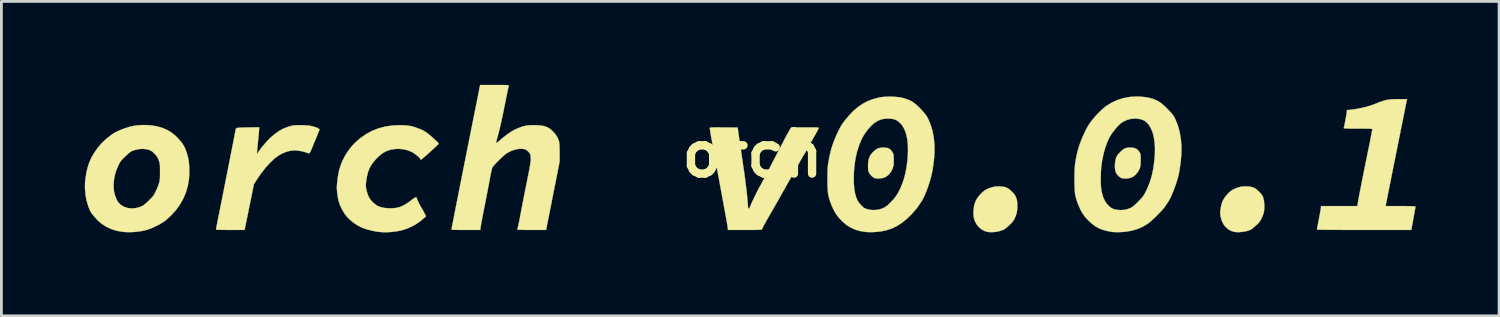
<source format=kicad_pcb>
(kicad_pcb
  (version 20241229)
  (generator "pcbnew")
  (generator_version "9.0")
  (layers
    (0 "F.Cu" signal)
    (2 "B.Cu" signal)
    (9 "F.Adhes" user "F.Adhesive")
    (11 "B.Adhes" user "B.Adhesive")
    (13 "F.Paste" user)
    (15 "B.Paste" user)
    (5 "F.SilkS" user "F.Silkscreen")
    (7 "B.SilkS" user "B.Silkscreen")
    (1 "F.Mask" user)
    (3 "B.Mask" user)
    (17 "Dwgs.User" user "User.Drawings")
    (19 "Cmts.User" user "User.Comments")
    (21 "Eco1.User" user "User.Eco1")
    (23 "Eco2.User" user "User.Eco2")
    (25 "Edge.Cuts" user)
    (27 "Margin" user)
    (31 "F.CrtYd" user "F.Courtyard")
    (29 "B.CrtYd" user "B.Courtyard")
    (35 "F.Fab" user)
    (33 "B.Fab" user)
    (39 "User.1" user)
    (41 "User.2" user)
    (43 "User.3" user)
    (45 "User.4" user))
  (footprint "orch"
    (layer "F.Cu")
    (at 24.003 2.501)
    (property "Reference" "orch" (at 0 0 0) (layer "F.SilkS") (effects (font (size 1.524 1.524) (thickness 0.3))))
    (attr through_hole)
    (fp_poly (pts (xy 4.78 -0.243) (xy 4.863 -0.227) (xy 4.93 -0.195) (xy 4.987 -0.142) (xy 5.032 -0.076) (xy 5.05 -0.044) (xy 5.061 -0.012) (xy 5.069 0.026) (xy 5.074 0.077) (xy 5.077 0.15) (xy 5.077 0.16) (xy 5.078 0.24) (xy 5.076 0.315) (xy 5.072 0.377) (xy 5.067 0.405) (xy 5.031 0.519) (xy 4.977 0.624) (xy 4.907 0.715) (xy 4.825 0.786) (xy 4.762 0.823) (xy 4.685 0.848) (xy 4.593 0.863) (xy 4.497 0.867) (xy 4.412 0.858) (xy 4.408 0.858) (xy 4.358 0.836) (xy 4.303 0.796) (xy 4.249 0.743) (xy 4.204 0.685) (xy 4.174 0.629) (xy 4.173 0.626) (xy 4.16 0.567) (xy 4.153 0.488) (xy 4.152 0.399) (xy 4.156 0.309) (xy 4.166 0.225) (xy 4.174 0.189) (xy 4.202 0.098) (xy 4.242 0.02) (xy 4.3 -0.053) (xy 4.352 -0.104) (xy 4.42 -0.163) (xy 4.481 -0.202) (xy 4.543 -0.227) (xy 4.617 -0.24) (xy 4.676 -0.244) (xy 4.78 -0.243)) (stroke (width 0.01) (type solid)) (fill yes) (layer "F.SilkS"))
    (fp_poly (pts (xy 13.69 -0.238) (xy 13.774 -0.213) (xy 13.84 -0.169) (xy 13.867 -0.14) (xy 13.899 -0.098) (xy 13.923 -0.063) (xy 13.938 -0.028) (xy 13.948 0.014) (xy 13.953 0.067) (xy 13.954 0.139) (xy 13.954 0.203) (xy 13.952 0.312) (xy 13.945 0.4) (xy 13.93 0.472) (xy 13.906 0.537) (xy 13.871 0.6) (xy 13.822 0.67) (xy 13.82 0.672) (xy 13.74 0.759) (xy 13.649 0.819) (xy 13.545 0.854) (xy 13.447 0.866) (xy 13.386 0.866) (xy 13.329 0.864) (xy 13.29 0.859) (xy 13.286 0.858) (xy 13.217 0.827) (xy 13.151 0.774) (xy 13.094 0.705) (xy 13.057 0.635) (xy 13.037 0.563) (xy 13.027 0.473) (xy 13.027 0.371) (xy 13.034 0.298) (xy 13.048 0.203) (xy 13.067 0.129) (xy 13.094 0.066) (xy 13.134 0.007) (xy 13.19 -0.056) (xy 13.215 -0.082) (xy 13.288 -0.15) (xy 13.353 -0.197) (xy 13.418 -0.227) (xy 13.491 -0.242) (xy 13.58 -0.247) (xy 13.585 -0.247) (xy 13.69 -0.238)) (stroke (width 0.01) (type solid)) (fill yes) (layer "F.SilkS"))
    (fp_poly (pts (xy 8.897 1.151) (xy 9.005 1.16) (xy 9.093 1.18) (xy 9.17 1.213) (xy 9.244 1.263) (xy 9.321 1.332) (xy 9.395 1.412) (xy 9.45 1.494) (xy 9.488 1.583) (xy 9.511 1.683) (xy 9.52 1.801) (xy 9.518 1.929) (xy 9.509 2.032) (xy 9.491 2.123) (xy 9.461 2.214) (xy 9.417 2.313) (xy 9.401 2.346) (xy 9.369 2.395) (xy 9.319 2.455) (xy 9.257 2.519) (xy 9.189 2.583) (xy 9.122 2.64) (xy 9.061 2.685) (xy 9.021 2.708) (xy 8.905 2.75) (xy 8.774 2.78) (xy 8.639 2.794) (xy 8.511 2.793) (xy 8.462 2.787) (xy 8.343 2.754) (xy 8.233 2.695) (xy 8.137 2.615) (xy 8.056 2.515) (xy 7.994 2.399) (xy 7.953 2.269) (xy 7.953 2.265) (xy 7.944 2.197) (xy 7.942 2.11) (xy 7.945 2.015) (xy 7.954 1.921) (xy 7.967 1.838) (xy 7.975 1.808) (xy 8.011 1.699) (xy 8.059 1.604) (xy 8.123 1.512) (xy 8.204 1.422) (xy 8.265 1.361) (xy 8.316 1.316) (xy 8.365 1.282) (xy 8.421 1.252) (xy 8.44 1.242) (xy 8.572 1.19) (xy 8.699 1.159) (xy 8.833 1.149) (xy 8.897 1.151)) (stroke (width 0.01) (type solid)) (fill yes) (layer "F.SilkS"))
    (fp_poly (pts (xy 17.78 1.15) (xy 17.886 1.16) (xy 17.971 1.178) (xy 18.045 1.208) (xy 18.115 1.254) (xy 18.189 1.321) (xy 18.21 1.341) (xy 18.264 1.396) (xy 18.3 1.439) (xy 18.325 1.475) (xy 18.343 1.512) (xy 18.359 1.557) (xy 18.385 1.671) (xy 18.398 1.8) (xy 18.399 1.93) (xy 18.39 2.025) (xy 18.375 2.102) (xy 18.35 2.179) (xy 18.312 2.268) (xy 18.303 2.287) (xy 18.271 2.351) (xy 18.243 2.399) (xy 18.214 2.44) (xy 18.177 2.48) (xy 18.127 2.528) (xy 18.093 2.559) (xy 18.037 2.608) (xy 17.984 2.653) (xy 17.941 2.686) (xy 17.914 2.705) (xy 17.913 2.706) (xy 17.832 2.738) (xy 17.732 2.764) (xy 17.621 2.783) (xy 17.509 2.793) (xy 17.404 2.794) (xy 17.331 2.786) (xy 17.207 2.75) (xy 17.098 2.689) (xy 17.004 2.606) (xy 16.926 2.502) (xy 16.867 2.378) (xy 16.827 2.236) (xy 16.822 2.204) (xy 16.814 2.146) (xy 16.811 2.096) (xy 16.815 2.042) (xy 16.824 1.975) (xy 16.829 1.942) (xy 16.853 1.821) (xy 16.882 1.722) (xy 16.919 1.636) (xy 16.969 1.556) (xy 17.033 1.475) (xy 17.036 1.472) (xy 17.098 1.402) (xy 17.15 1.35) (xy 17.199 1.311) (xy 17.251 1.278) (xy 17.313 1.246) (xy 17.355 1.227) (xy 17.464 1.185) (xy 17.564 1.16) (xy 17.667 1.149) (xy 17.78 1.15)) (stroke (width 0.01) (type solid)) (fill yes) (layer "F.SilkS"))
    (fp_poly (pts (xy -16.139 -1.049) (xy -16.037 -1.044) (xy -15.952 -1.036) (xy -15.89 -1.026) (xy -15.787 -1.002) (xy -15.701 -0.976) (xy -15.634 -0.948) (xy -15.588 -0.92) (xy -15.566 -0.893) (xy -15.57 -0.868) (xy -15.571 -0.867) (xy -15.584 -0.845) (xy -15.602 -0.804) (xy -15.622 -0.754) (xy -15.641 -0.706) (xy -15.669 -0.638) (xy -15.7 -0.56) (xy -15.734 -0.481) (xy -15.74 -0.464) (xy -15.774 -0.385) (xy -15.806 -0.306) (xy -15.835 -0.236) (xy -15.857 -0.182) (xy -15.86 -0.174) (xy -15.882 -0.123) (xy -15.904 -0.079) (xy -15.921 -0.055) (xy -15.935 -0.042) (xy -15.952 -0.038) (xy -15.978 -0.044) (xy -16.023 -0.061) (xy -16.032 -0.065) (xy -16.117 -0.093) (xy -16.219 -0.117) (xy -16.327 -0.134) (xy -16.429 -0.144) (xy -16.472 -0.145) (xy -16.615 -0.131) (xy -16.763 -0.093) (xy -16.911 -0.033) (xy -17.053 0.048) (xy -17.183 0.147) (xy -17.186 0.149) (xy -17.349 0.304) (xy -17.504 0.474) (xy -17.654 0.665) (xy -17.803 0.879) (xy -17.821 0.908) (xy -17.924 1.068) (xy -18.076 1.815) (xy -18.106 1.961) (xy -18.134 2.1) (xy -18.161 2.23) (xy -18.185 2.347) (xy -18.206 2.449) (xy -18.223 2.532) (xy -18.236 2.594) (xy -18.243 2.632) (xy -18.245 2.638) (xy -18.261 2.714) (xy -18.775 2.714) (xy -18.894 2.714) (xy -19.004 2.713) (xy -19.1 2.712) (xy -19.18 2.71) (xy -19.24 2.708) (xy -19.278 2.706) (xy -19.289 2.704) (xy -19.287 2.689) (xy -19.279 2.647) (xy -19.266 2.581) (xy -19.248 2.492) (xy -19.227 2.383) (xy -19.202 2.256) (xy -19.173 2.113) (xy -19.142 1.955) (xy -19.108 1.785) (xy -19.072 1.606) (xy -19.036 1.423) (xy -18.987 1.177) (xy -18.939 0.935) (xy -18.893 0.701) (xy -18.848 0.475) (xy -18.806 0.259) (xy -18.766 0.056) (xy -18.729 -0.132) (xy -18.695 -0.304) (xy -18.665 -0.458) (xy -18.639 -0.592) (xy -18.618 -0.704) (xy -18.601 -0.792) (xy -18.59 -0.855) (xy -18.587 -0.873) (xy -18.575 -0.914) (xy -18.557 -0.943) (xy -18.555 -0.945) (xy -18.54 -0.951) (xy -18.509 -0.956) (xy -18.46 -0.961) (xy -18.391 -0.964) (xy -18.299 -0.967) (xy -18.181 -0.969) (xy -18.134 -0.97) (xy -17.736 -0.976) (xy -17.737 -0.927) (xy -17.738 -0.9) (xy -17.742 -0.849) (xy -17.748 -0.777) (xy -17.757 -0.688) (xy -17.766 -0.587) (xy -17.777 -0.478) (xy -17.78 -0.451) (xy -17.79 -0.343) (xy -17.8 -0.244) (xy -17.807 -0.159) (xy -17.813 -0.091) (xy -17.817 -0.044) (xy -17.818 -0.021) (xy -17.818 -0.019) (xy -17.809 -0.028) (xy -17.787 -0.056) (xy -17.758 -0.097) (xy -17.747 -0.113) (xy -17.685 -0.199) (xy -17.612 -0.292) (xy -17.533 -0.386) (xy -17.453 -0.476) (xy -17.378 -0.555) (xy -17.312 -0.617) (xy -17.301 -0.627) (xy -17.185 -0.723) (xy -17.082 -0.8) (xy -16.986 -0.863) (xy -16.892 -0.914) (xy -16.794 -0.957) (xy -16.686 -0.996) (xy -16.641 -1.01) (xy -16.59 -1.025) (xy -16.545 -1.036) (xy -16.501 -1.043) (xy -16.449 -1.047) (xy -16.385 -1.049) (xy -16.3 -1.05) (xy -16.263 -1.05) (xy -16.139 -1.049)) (stroke (width 0.01) (type solid)) (fill yes) (layer "F.SilkS"))
    (fp_poly (pts (xy 23.521 -1.949) (xy 23.517 -1.931) (xy 23.508 -1.887) (xy 23.494 -1.819) (xy 23.476 -1.729) (xy 23.454 -1.618) (xy 23.428 -1.49) (xy 23.399 -1.345) (xy 23.367 -1.186) (xy 23.332 -1.015) (xy 23.296 -0.834) (xy 23.258 -0.645) (xy 23.219 -0.449) (xy 23.179 -0.25) (xy 23.138 -0.049) (xy 23.098 0.153) (xy 23.058 0.352) (xy 23.019 0.547) (xy 22.981 0.737) (xy 22.945 0.918) (xy 22.911 1.089) (xy 22.879 1.248) (xy 22.85 1.393) (xy 22.824 1.522) (xy 22.802 1.633) (xy 22.784 1.723) (xy 22.771 1.792) (xy 22.762 1.836) (xy 22.758 1.854) (xy 22.758 1.854) (xy 22.772 1.855) (xy 22.812 1.856) (xy 22.875 1.856) (xy 22.957 1.857) (xy 23.055 1.857) (xy 23.166 1.858) (xy 23.287 1.858) (xy 23.295 1.858) (xy 23.441 1.858) (xy 23.559 1.859) (xy 23.653 1.86) (xy 23.724 1.862) (xy 23.776 1.864) (xy 23.81 1.867) (xy 23.828 1.871) (xy 23.833 1.876) (xy 23.83 1.894) (xy 23.823 1.938) (xy 23.812 2.002) (xy 23.798 2.083) (xy 23.781 2.178) (xy 23.762 2.283) (xy 23.758 2.304) (xy 23.682 2.714) (xy 21.987 2.714) (xy 21.716 2.714) (xy 21.474 2.714) (xy 21.258 2.714) (xy 21.068 2.713) (xy 20.901 2.712) (xy 20.758 2.711) (xy 20.636 2.71) (xy 20.535 2.709) (xy 20.453 2.708) (xy 20.39 2.706) (xy 20.343 2.704) (xy 20.312 2.702) (xy 20.295 2.699) (xy 20.291 2.697) (xy 20.294 2.678) (xy 20.301 2.635) (xy 20.313 2.572) (xy 20.328 2.494) (xy 20.345 2.404) (xy 20.355 2.352) (xy 20.375 2.253) (xy 20.392 2.158) (xy 20.408 2.073) (xy 20.42 2.003) (xy 20.428 1.954) (xy 20.43 1.941) (xy 20.439 1.858) (xy 21.741 1.858) (xy 21.749 1.811) (xy 21.76 1.745) (xy 21.776 1.654) (xy 21.797 1.541) (xy 21.822 1.409) (xy 21.851 1.262) (xy 21.882 1.102) (xy 21.915 0.933) (xy 21.95 0.757) (xy 21.985 0.579) (xy 22.021 0.402) (xy 22.056 0.228) (xy 22.091 0.06) (xy 22.123 -0.097) (xy 22.153 -0.241) (xy 22.154 -0.247) (xy 22.175 -0.345) (xy 22.196 -0.45) (xy 22.215 -0.553) (xy 22.231 -0.642) (xy 22.236 -0.668) (xy 22.249 -0.74) (xy 22.261 -0.803) (xy 22.272 -0.852) (xy 22.279 -0.879) (xy 22.279 -0.88) (xy 22.284 -0.901) (xy 22.272 -0.912) (xy 22.238 -0.92) (xy 22.211 -0.922) (xy 22.159 -0.924) (xy 22.085 -0.926) (xy 21.994 -0.927) (xy 21.89 -0.928) (xy 21.777 -0.929) (xy 21.715 -0.929) (xy 21.586 -0.929) (xy 21.483 -0.929) (xy 21.403 -0.93) (xy 21.344 -0.931) (xy 21.303 -0.934) (xy 21.276 -0.937) (xy 21.261 -0.941) (xy 21.255 -0.946) (xy 21.255 -0.953) (xy 21.255 -0.954) (xy 21.264 -0.983) (xy 21.275 -1.034) (xy 21.289 -1.102) (xy 21.305 -1.179) (xy 21.32 -1.261) (xy 21.335 -1.341) (xy 21.347 -1.413) (xy 21.356 -1.471) (xy 21.359 -1.498) (xy 21.369 -1.593) (xy 21.479 -1.603) (xy 21.648 -1.624) (xy 21.827 -1.656) (xy 22.009 -1.697) (xy 22.183 -1.746) (xy 22.341 -1.799) (xy 22.403 -1.824) (xy 22.519 -1.871) (xy 22.62 -1.908) (xy 22.712 -1.937) (xy 22.799 -1.958) (xy 22.89 -1.972) (xy 22.988 -1.982) (xy 23.102 -1.987) (xy 23.236 -1.988) (xy 23.291 -1.988) (xy 23.531 -1.988) (xy 23.521 -1.949)) (stroke (width 0.01) (type solid)) (fill yes) (layer "F.SilkS"))
    (fp_poly (pts (xy -21.704 -1.052) (xy -21.637 -1.046) (xy -21.423 -1.012) (xy -21.229 -0.959) (xy -21.053 -0.885) (xy -20.892 -0.789) (xy -20.744 -0.671) (xy -20.606 -0.527) (xy -20.606 -0.527) (xy -20.54 -0.447) (xy -20.487 -0.376) (xy -20.444 -0.308) (xy -20.407 -0.236) (xy -20.373 -0.154) (xy -20.339 -0.055) (xy -20.311 0.036) (xy -20.283 0.152) (xy -20.263 0.289) (xy -20.251 0.441) (xy -20.247 0.602) (xy -20.252 0.765) (xy -20.262 0.897) (xy -20.302 1.135) (xy -20.369 1.366) (xy -20.463 1.588) (xy -20.583 1.801) (xy -20.728 2.002) (xy -20.897 2.189) (xy -21.089 2.363) (xy -21.111 2.38) (xy -21.185 2.433) (xy -21.279 2.49) (xy -21.387 2.548) (xy -21.501 2.604) (xy -21.613 2.654) (xy -21.717 2.695) (xy -21.75 2.705) (xy -21.883 2.74) (xy -22.036 2.767) (xy -22.2 2.786) (xy -22.365 2.795) (xy -22.523 2.793) (xy -22.617 2.786) (xy -22.834 2.751) (xy -23.035 2.691) (xy -23.22 2.608) (xy -23.39 2.5) (xy -23.546 2.367) (xy -23.687 2.209) (xy -23.693 2.2) (xy -23.743 2.136) (xy -23.779 2.083) (xy -23.809 2.033) (xy -23.835 1.978) (xy -23.862 1.909) (xy -23.885 1.846) (xy -23.941 1.657) (xy -23.979 1.452) (xy -23.998 1.24) (xy -23.998 1.147) (xy -22.97 1.147) (xy -22.955 1.318) (xy -22.919 1.477) (xy -22.861 1.622) (xy -22.859 1.626) (xy -22.831 1.676) (xy -22.802 1.722) (xy -22.785 1.744) (xy -22.695 1.826) (xy -22.588 1.886) (xy -22.468 1.925) (xy -22.337 1.942) (xy -22.201 1.934) (xy -22.116 1.917) (xy -22.035 1.894) (xy -21.966 1.867) (xy -21.903 1.832) (xy -21.84 1.786) (xy -21.77 1.725) (xy -21.69 1.648) (xy -21.627 1.583) (xy -21.58 1.532) (xy -21.544 1.489) (xy -21.515 1.446) (xy -21.488 1.398) (xy -21.458 1.337) (xy -21.453 1.327) (xy -21.418 1.25) (xy -21.383 1.167) (xy -21.354 1.089) (xy -21.34 1.046) (xy -21.326 1.001) (xy -21.317 0.962) (xy -21.31 0.921) (xy -21.305 0.875) (xy -21.303 0.817) (xy -21.301 0.742) (xy -21.301 0.644) (xy -21.301 0.631) (xy -21.301 0.531) (xy -21.302 0.455) (xy -21.304 0.397) (xy -21.308 0.352) (xy -21.314 0.314) (xy -21.322 0.278) (xy -21.335 0.24) (xy -21.34 0.225) (xy -21.369 0.149) (xy -21.405 0.086) (xy -21.454 0.022) (xy -21.461 0.015) (xy -21.53 -0.059) (xy -21.592 -0.111) (xy -21.657 -0.148) (xy -21.731 -0.174) (xy -21.767 -0.182) (xy -21.909 -0.201) (xy -22.055 -0.192) (xy -22.208 -0.157) (xy -22.227 -0.151) (xy -22.28 -0.133) (xy -22.321 -0.116) (xy -22.358 -0.095) (xy -22.396 -0.067) (xy -22.442 -0.028) (xy -22.502 0.028) (xy -22.504 0.029) (xy -22.579 0.1) (xy -22.638 0.158) (xy -22.683 0.206) (xy -22.718 0.252) (xy -22.749 0.299) (xy -22.778 0.354) (xy -22.811 0.422) (xy -22.813 0.428) (xy -22.884 0.606) (xy -22.934 0.787) (xy -22.963 0.969) (xy -22.97 1.147) (xy -23.998 1.147) (xy -23.997 1.029) (xy -23.986 0.904) (xy -23.952 0.678) (xy -23.905 0.474) (xy -23.843 0.287) (xy -23.764 0.11) (xy -23.665 -0.06) (xy -23.544 -0.23) (xy -23.464 -0.329) (xy -23.391 -0.41) (xy -23.306 -0.493) (xy -23.203 -0.582) (xy -23.079 -0.681) (xy -23.052 -0.702) (xy -22.962 -0.762) (xy -22.849 -0.822) (xy -22.721 -0.88) (xy -22.583 -0.933) (xy -22.443 -0.979) (xy -22.307 -1.014) (xy -22.261 -1.023) (xy -22.134 -1.042) (xy -21.991 -1.053) (xy -21.844 -1.056) (xy -21.704 -1.052)) (stroke (width 0.01) (type solid)) (fill yes) (layer "F.SilkS"))
    (fp_poly (pts (xy -12.537 -1.048) (xy -12.403 -1.037) (xy -12.285 -1.019) (xy -12.178 -0.992) (xy -12.093 -0.963) (xy -12.03 -0.939) (xy -11.967 -0.915) (xy -11.923 -0.899) (xy -11.877 -0.879) (xy -11.818 -0.847) (xy -11.756 -0.81) (xy -11.739 -0.799) (xy -11.693 -0.766) (xy -11.636 -0.722) (xy -11.574 -0.67) (xy -11.509 -0.614) (xy -11.446 -0.558) (xy -11.388 -0.504) (xy -11.339 -0.457) (xy -11.303 -0.419) (xy -11.284 -0.394) (xy -11.282 -0.387) (xy -11.294 -0.37) (xy -11.325 -0.338) (xy -11.371 -0.293) (xy -11.429 -0.239) (xy -11.495 -0.178) (xy -11.566 -0.113) (xy -11.639 -0.047) (xy -11.709 0.015) (xy -11.775 0.073) (xy -11.832 0.122) (xy -11.878 0.16) (xy -11.908 0.183) (xy -11.919 0.189) (xy -11.941 0.177) (xy -11.945 0.163) (xy -11.957 0.139) (xy -11.988 0.105) (xy -12.034 0.063) (xy -12.09 0.018) (xy -12.151 -0.027) (xy -12.212 -0.066) (xy -12.268 -0.097) (xy -12.41 -0.153) (xy -12.562 -0.187) (xy -12.719 -0.2) (xy -12.875 -0.193) (xy -13.026 -0.165) (xy -13.165 -0.117) (xy -13.289 -0.05) (xy -13.29 -0.049) (xy -13.407 0.042) (xy -13.519 0.149) (xy -13.621 0.265) (xy -13.707 0.385) (xy -13.772 0.503) (xy -13.779 0.518) (xy -13.828 0.655) (xy -13.867 0.816) (xy -13.891 0.975) (xy -13.899 1.048) (xy -13.903 1.103) (xy -13.901 1.151) (xy -13.894 1.203) (xy -13.881 1.269) (xy -13.88 1.273) (xy -13.845 1.408) (xy -13.8 1.521) (xy -13.742 1.617) (xy -13.669 1.702) (xy -13.64 1.73) (xy -13.587 1.775) (xy -13.534 1.816) (xy -13.491 1.846) (xy -13.476 1.854) (xy -13.367 1.895) (xy -13.235 1.923) (xy -13.083 1.936) (xy -13.027 1.937) (xy -12.9 1.933) (xy -12.787 1.918) (xy -12.682 1.891) (xy -12.579 1.85) (xy -12.472 1.791) (xy -12.357 1.714) (xy -12.257 1.639) (xy -12.184 1.585) (xy -12.13 1.552) (xy -12.095 1.538) (xy -12.078 1.545) (xy -12.076 1.555) (xy -12.07 1.578) (xy -12.053 1.62) (xy -12.029 1.675) (xy -12 1.736) (xy -11.97 1.796) (xy -11.943 1.849) (xy -11.92 1.889) (xy -11.916 1.894) (xy -11.893 1.932) (xy -11.861 1.988) (xy -11.826 2.051) (xy -11.807 2.089) (xy -11.736 2.226) (xy -11.808 2.289) (xy -11.95 2.406) (xy -12.087 2.501) (xy -12.226 2.579) (xy -12.234 2.584) (xy -12.379 2.65) (xy -12.514 2.701) (xy -12.649 2.738) (xy -12.792 2.765) (xy -12.954 2.784) (xy -12.969 2.786) (xy -13.076 2.794) (xy -13.165 2.798) (xy -13.249 2.798) (xy -13.338 2.793) (xy -13.436 2.785) (xy -13.553 2.768) (xy -13.684 2.741) (xy -13.818 2.707) (xy -13.947 2.667) (xy -14.059 2.624) (xy -14.094 2.608) (xy -14.225 2.536) (xy -14.358 2.444) (xy -14.483 2.339) (xy -14.591 2.23) (xy -14.596 2.224) (xy -14.659 2.14) (xy -14.723 2.037) (xy -14.784 1.923) (xy -14.835 1.808) (xy -14.873 1.701) (xy -14.883 1.665) (xy -14.901 1.581) (xy -14.917 1.485) (xy -14.93 1.383) (xy -14.939 1.286) (xy -14.944 1.2) (xy -14.942 1.134) (xy -14.942 1.132) (xy -14.926 0.962) (xy -14.908 0.817) (xy -14.887 0.689) (xy -14.862 0.574) (xy -14.832 0.467) (xy -14.796 0.362) (xy -14.751 0.255) (xy -14.708 0.16) (xy -14.639 0.031) (xy -14.552 -0.104) (xy -14.454 -0.236) (xy -14.352 -0.356) (xy -14.294 -0.416) (xy -14.099 -0.586) (xy -13.892 -0.73) (xy -13.674 -0.847) (xy -13.444 -0.938) (xy -13.202 -1.002) (xy -12.948 -1.04) (xy -12.693 -1.051) (xy -12.537 -1.048)) (stroke (width 0.01) (type solid)) (fill yes) (layer "F.SilkS"))
    (fp_poly (pts (xy 5.084 -2.073) (xy 5.218 -2.062) (xy 5.34 -2.044) (xy 5.443 -2.02) (xy 5.475 -2.009) (xy 5.528 -1.99) (xy 5.588 -1.968) (xy 5.61 -1.96) (xy 5.703 -1.918) (xy 5.799 -1.856) (xy 5.901 -1.774) (xy 6.011 -1.668) (xy 6.104 -1.569) (xy 6.174 -1.489) (xy 6.227 -1.423) (xy 6.268 -1.362) (xy 6.303 -1.301) (xy 6.314 -1.279) (xy 6.404 -1.064) (xy 6.472 -0.836) (xy 6.517 -0.595) (xy 6.54 -0.338) (xy 6.541 -0.066) (xy 6.52 0.224) (xy 6.477 0.531) (xy 6.464 0.602) (xy 6.437 0.731) (xy 6.401 0.871) (xy 6.358 1.015) (xy 6.31 1.16) (xy 6.259 1.3) (xy 6.206 1.43) (xy 6.154 1.545) (xy 6.104 1.64) (xy 6.071 1.692) (xy 6.049 1.725) (xy 6.017 1.772) (xy 5.982 1.826) (xy 5.975 1.836) (xy 5.916 1.918) (xy 5.84 2.012) (xy 5.752 2.111) (xy 5.659 2.209) (xy 5.564 2.299) (xy 5.544 2.317) (xy 5.372 2.457) (xy 5.197 2.571) (xy 5.015 2.66) (xy 4.824 2.725) (xy 4.618 2.768) (xy 4.395 2.79) (xy 4.354 2.792) (xy 4.27 2.794) (xy 4.184 2.793) (xy 4.107 2.79) (xy 4.059 2.786) (xy 3.863 2.754) (xy 3.685 2.701) (xy 3.522 2.627) (xy 3.37 2.53) (xy 3.227 2.408) (xy 3.089 2.259) (xy 3.058 2.221) (xy 2.984 2.115) (xy 2.913 1.988) (xy 2.848 1.846) (xy 2.79 1.696) (xy 2.745 1.546) (xy 2.719 1.43) (xy 2.71 1.368) (xy 2.704 1.281) (xy 2.698 1.177) (xy 2.695 1.059) (xy 2.693 0.935) (xy 2.693 0.864) (xy 3.638 0.864) (xy 3.643 1.064) (xy 3.659 1.24) (xy 3.684 1.393) (xy 3.721 1.527) (xy 3.768 1.644) (xy 3.774 1.656) (xy 3.806 1.706) (xy 3.85 1.764) (xy 3.902 1.823) (xy 3.954 1.876) (xy 4.001 1.916) (xy 4.02 1.928) (xy 4.113 1.967) (xy 4.224 1.992) (xy 4.344 2.001) (xy 4.466 1.994) (xy 4.57 1.973) (xy 4.647 1.95) (xy 4.715 1.921) (xy 4.778 1.886) (xy 4.842 1.839) (xy 4.91 1.779) (xy 4.987 1.701) (xy 5.069 1.612) (xy 5.142 1.522) (xy 5.212 1.416) (xy 5.278 1.292) (xy 5.345 1.145) (xy 5.393 1.025) (xy 5.449 0.859) (xy 5.496 0.673) (xy 5.534 0.471) (xy 5.563 0.262) (xy 5.581 0.052) (xy 5.588 -0.152) (xy 5.584 -0.344) (xy 5.568 -0.508) (xy 5.537 -0.676) (xy 5.495 -0.819) (xy 5.441 -0.942) (xy 5.374 -1.048) (xy 5.298 -1.133) (xy 5.235 -1.19) (xy 5.173 -1.231) (xy 5.105 -1.259) (xy 5.024 -1.277) (xy 4.924 -1.287) (xy 4.906 -1.288) (xy 4.766 -1.285) (xy 4.635 -1.261) (xy 4.512 -1.213) (xy 4.394 -1.14) (xy 4.279 -1.042) (xy 4.164 -0.917) (xy 4.111 -0.849) (xy 4.051 -0.768) (xy 4.002 -0.694) (xy 3.96 -0.621) (xy 3.92 -0.542) (xy 3.879 -0.448) (xy 3.839 -0.348) (xy 3.764 -0.123) (xy 3.706 0.122) (xy 3.666 0.384) (xy 3.643 0.66) (xy 3.638 0.864) (xy 2.693 0.864) (xy 2.693 0.808) (xy 2.695 0.686) (xy 2.698 0.572) (xy 2.703 0.472) (xy 2.71 0.393) (xy 2.712 0.377) (xy 2.76 0.095) (xy 2.823 -0.169) (xy 2.905 -0.424) (xy 3.008 -0.676) (xy 3.068 -0.806) (xy 3.121 -0.911) (xy 3.168 -0.998) (xy 3.213 -1.073) (xy 3.262 -1.144) (xy 3.318 -1.218) (xy 3.476 -1.408) (xy 3.634 -1.571) (xy 3.796 -1.708) (xy 3.964 -1.822) (xy 4.14 -1.914) (xy 4.328 -1.987) (xy 4.531 -2.041) (xy 4.562 -2.048) (xy 4.677 -2.065) (xy 4.807 -2.075) (xy 4.945 -2.078) (xy 5.084 -2.073)) (stroke (width 0.01) (type solid)) (fill yes) (layer "F.SilkS"))
    (fp_poly (pts (xy 13.965 -2.075) (xy 14.11 -2.06) (xy 14.236 -2.039) (xy 14.351 -2.009) (xy 14.447 -1.975) (xy 14.531 -1.94) (xy 14.608 -1.898) (xy 14.683 -1.848) (xy 14.761 -1.784) (xy 14.848 -1.704) (xy 14.936 -1.615) (xy 15.005 -1.543) (xy 15.057 -1.487) (xy 15.096 -1.44) (xy 15.127 -1.399) (xy 15.153 -1.357) (xy 15.178 -1.309) (xy 15.196 -1.272) (xy 15.287 -1.05) (xy 15.354 -0.813) (xy 15.398 -0.56) (xy 15.419 -0.291) (xy 15.416 -0.006) (xy 15.39 0.297) (xy 15.341 0.616) (xy 15.326 0.692) (xy 15.302 0.797) (xy 15.268 0.916) (xy 15.228 1.043) (xy 15.182 1.174) (xy 15.134 1.303) (xy 15.084 1.425) (xy 15.035 1.535) (xy 14.989 1.626) (xy 14.951 1.691) (xy 14.924 1.731) (xy 14.888 1.785) (xy 14.85 1.843) (xy 14.84 1.858) (xy 14.795 1.919) (xy 14.732 1.994) (xy 14.656 2.077) (xy 14.571 2.165) (xy 14.482 2.253) (xy 14.393 2.336) (xy 14.31 2.41) (xy 14.237 2.47) (xy 14.193 2.501) (xy 14.016 2.604) (xy 13.83 2.684) (xy 13.632 2.742) (xy 13.419 2.778) (xy 13.227 2.793) (xy 13.145 2.794) (xy 13.062 2.794) (xy 12.987 2.791) (xy 12.947 2.787) (xy 12.826 2.769) (xy 12.701 2.742) (xy 12.583 2.708) (xy 12.482 2.67) (xy 12.475 2.667) (xy 12.351 2.601) (xy 12.225 2.511) (xy 12.101 2.403) (xy 11.986 2.282) (xy 11.926 2.209) (xy 11.857 2.108) (xy 11.79 1.985) (xy 11.727 1.848) (xy 11.671 1.704) (xy 11.627 1.561) (xy 11.601 1.455) (xy 11.592 1.39) (xy 11.584 1.301) (xy 11.579 1.193) (xy 11.575 1.072) (xy 11.573 0.942) (xy 11.574 0.861) (xy 12.517 0.861) (xy 12.519 1) (xy 12.524 1.127) (xy 12.534 1.237) (xy 12.545 1.311) (xy 12.577 1.449) (xy 12.615 1.564) (xy 12.662 1.663) (xy 12.72 1.751) (xy 12.754 1.793) (xy 12.831 1.873) (xy 12.907 1.93) (xy 12.991 1.968) (xy 13.065 1.987) (xy 13.152 1.998) (xy 13.25 2.001) (xy 13.346 1.995) (xy 13.428 1.981) (xy 13.428 1.98) (xy 13.503 1.959) (xy 13.566 1.936) (xy 13.623 1.908) (xy 13.678 1.871) (xy 13.737 1.821) (xy 13.807 1.755) (xy 13.862 1.699) (xy 13.931 1.628) (xy 13.984 1.571) (xy 14.025 1.523) (xy 14.057 1.479) (xy 14.086 1.432) (xy 14.115 1.377) (xy 14.119 1.37) (xy 14.199 1.204) (xy 14.266 1.043) (xy 14.321 0.881) (xy 14.366 0.713) (xy 14.402 0.532) (xy 14.432 0.332) (xy 14.449 0.185) (xy 14.466 -0.049) (xy 14.466 -0.268) (xy 14.451 -0.469) (xy 14.421 -0.651) (xy 14.375 -0.813) (xy 14.314 -0.954) (xy 14.239 -1.073) (xy 14.149 -1.168) (xy 14.103 -1.203) (xy 14.048 -1.232) (xy 13.974 -1.258) (xy 13.928 -1.27) (xy 13.775 -1.29) (xy 13.624 -1.281) (xy 13.477 -1.246) (xy 13.339 -1.184) (xy 13.221 -1.104) (xy 13.165 -1.052) (xy 13.099 -0.981) (xy 13.03 -0.9) (xy 12.963 -0.813) (xy 12.901 -0.728) (xy 12.852 -0.651) (xy 12.824 -0.6) (xy 12.74 -0.408) (xy 12.672 -0.216) (xy 12.617 -0.016) (xy 12.572 0.201) (xy 12.553 0.319) (xy 12.538 0.441) (xy 12.527 0.575) (xy 12.52 0.718) (xy 12.517 0.861) (xy 11.574 0.861) (xy 11.574 0.809) (xy 11.576 0.679) (xy 11.58 0.556) (xy 11.586 0.445) (xy 11.595 0.352) (xy 11.602 0.298) (xy 11.639 0.092) (xy 11.681 -0.094) (xy 11.729 -0.267) (xy 11.788 -0.437) (xy 11.858 -0.611) (xy 11.933 -0.777) (xy 11.987 -0.887) (xy 12.035 -0.978) (xy 12.083 -1.058) (xy 12.134 -1.134) (xy 12.175 -1.19) (xy 12.265 -1.303) (xy 12.366 -1.417) (xy 12.472 -1.527) (xy 12.578 -1.626) (xy 12.677 -1.71) (xy 12.724 -1.746) (xy 12.915 -1.864) (xy 13.12 -1.957) (xy 13.336 -2.024) (xy 13.562 -2.066) (xy 13.795 -2.081) (xy 13.965 -2.075)) (stroke (width 0.01) (type solid)) (fill yes) (layer "F.SilkS"))
    (fp_poly (pts (xy -9.126 -2.496) (xy -9.003 -2.495) (xy -8.904 -2.493) (xy -8.829 -2.491) (xy -8.781 -2.488) (xy -8.76 -2.484) (xy -8.759 -2.483) (xy -8.764 -2.466) (xy -8.773 -2.423) (xy -8.788 -2.359) (xy -8.805 -2.276) (xy -8.826 -2.178) (xy -8.849 -2.067) (xy -8.873 -1.946) (xy -8.875 -1.935) (xy -8.917 -1.732) (xy -8.953 -1.554) (xy -8.985 -1.399) (xy -9.014 -1.264) (xy -9.039 -1.145) (xy -9.063 -1.04) (xy -9.085 -0.945) (xy -9.106 -0.858) (xy -9.128 -0.775) (xy -9.149 -0.694) (xy -9.172 -0.612) (xy -9.182 -0.577) (xy -9.204 -0.499) (xy -9.214 -0.447) (xy -9.212 -0.421) (xy -9.195 -0.418) (xy -9.162 -0.439) (xy -9.111 -0.481) (xy -9.079 -0.51) (xy -8.942 -0.626) (xy -8.804 -0.731) (xy -8.67 -0.82) (xy -8.543 -0.892) (xy -8.447 -0.936) (xy -8.336 -0.979) (xy -8.241 -1.01) (xy -8.155 -1.031) (xy -8.068 -1.044) (xy -7.972 -1.05) (xy -7.859 -1.052) (xy -7.713 -1.048) (xy -7.591 -1.037) (xy -7.487 -1.017) (xy -7.397 -0.986) (xy -7.317 -0.943) (xy -7.24 -0.886) (xy -7.18 -0.831) (xy -7.082 -0.72) (xy -7.011 -0.609) (xy -6.964 -0.492) (xy -6.953 -0.444) (xy -6.946 -0.396) (xy -6.941 -0.323) (xy -6.937 -0.23) (xy -6.935 -0.121) (xy -6.935 -0.052) (xy -6.935 0.254) (xy -7.009 0.631) (xy -7.026 0.718) (xy -7.048 0.829) (xy -7.074 0.96) (xy -7.103 1.107) (xy -7.134 1.265) (xy -7.167 1.432) (xy -7.201 1.602) (xy -7.234 1.772) (xy -7.252 1.861) (xy -7.421 2.714) (xy -7.943 2.714) (xy -8.081 2.714) (xy -8.192 2.714) (xy -8.28 2.713) (xy -8.346 2.711) (xy -8.395 2.71) (xy -8.427 2.707) (xy -8.446 2.703) (xy -8.455 2.699) (xy -8.457 2.693) (xy -8.456 2.692) (xy -8.444 2.653) (xy -8.429 2.594) (xy -8.411 2.514) (xy -8.389 2.411) (xy -8.364 2.282) (xy -8.339 2.148) (xy -8.322 2.057) (xy -8.301 1.943) (xy -8.275 1.81) (xy -8.247 1.664) (xy -8.216 1.51) (xy -8.185 1.352) (xy -8.154 1.196) (xy -8.137 1.11) (xy -8.101 0.93) (xy -8.07 0.775) (xy -8.044 0.644) (xy -8.023 0.534) (xy -8.006 0.442) (xy -7.993 0.367) (xy -7.984 0.305) (xy -7.977 0.254) (xy -7.973 0.212) (xy -7.972 0.176) (xy -7.972 0.144) (xy -7.974 0.113) (xy -7.976 0.089) (xy -7.982 0.032) (xy -7.991 -0.007) (xy -8.007 -0.038) (xy -8.036 -0.072) (xy -8.061 -0.098) (xy -8.109 -0.143) (xy -8.155 -0.173) (xy -8.207 -0.192) (xy -8.273 -0.2) (xy -8.353 -0.203) (xy -8.45 -0.193) (xy -8.56 -0.167) (xy -8.673 -0.126) (xy -8.781 -0.073) (xy -8.844 -0.034) (xy -8.892 0.002) (xy -8.952 0.053) (xy -9.019 0.113) (xy -9.089 0.18) (xy -9.159 0.25) (xy -9.225 0.317) (xy -9.281 0.379) (xy -9.325 0.431) (xy -9.351 0.468) (xy -9.355 0.475) (xy -9.365 0.504) (xy -9.378 0.557) (xy -9.395 0.63) (xy -9.413 0.718) (xy -9.433 0.816) (xy -9.45 0.907) (xy -9.468 1.007) (xy -9.491 1.13) (xy -9.518 1.27) (xy -9.547 1.422) (xy -9.577 1.578) (xy -9.608 1.735) (xy -9.638 1.886) (xy -9.642 1.909) (xy -9.669 2.043) (xy -9.694 2.172) (xy -9.717 2.291) (xy -9.737 2.398) (xy -9.753 2.488) (xy -9.766 2.56) (xy -9.774 2.608) (xy -9.776 2.623) (xy -9.785 2.714) (xy -10.308 2.714) (xy -10.445 2.714) (xy -10.555 2.714) (xy -10.642 2.713) (xy -10.709 2.712) (xy -10.757 2.71) (xy -10.79 2.708) (xy -10.81 2.704) (xy -10.82 2.7) (xy -10.823 2.694) (xy -10.823 2.689) (xy -10.818 2.669) (xy -10.809 2.624) (xy -10.796 2.558) (xy -10.78 2.474) (xy -10.761 2.378) (xy -10.74 2.271) (xy -10.733 2.235) (xy -10.721 2.171) (xy -10.703 2.08) (xy -10.681 1.964) (xy -10.653 1.826) (xy -10.622 1.668) (xy -10.587 1.491) (xy -10.549 1.297) (xy -10.507 1.089) (xy -10.464 0.869) (xy -10.418 0.638) (xy -10.37 0.398) (xy -10.321 0.151) (xy -10.271 -0.1) (xy -10.222 -0.345) (xy -9.793 -2.496) (xy -9.272 -2.496) (xy -9.126 -2.496)) (stroke (width 0.01) (type solid)) (fill yes) (layer "F.SilkS"))
    (fp_poly (pts (xy 2.024 -0.972) (xy 2.133 -0.972) (xy 2.219 -0.971) (xy 2.283 -0.969) (xy 2.329 -0.966) (xy 2.359 -0.963) (xy 2.375 -0.959) (xy 2.38 -0.953) (xy 2.38 -0.953) (xy 2.376 -0.937) (xy 2.363 -0.908) (xy 2.34 -0.863) (xy 2.306 -0.8) (xy 2.259 -0.716) (xy 2.202 -0.617) (xy 2.169 -0.558) (xy 2.128 -0.486) (xy 2.087 -0.411) (xy 2.068 -0.377) (xy 2.006 -0.264) (xy 1.953 -0.169) (xy 1.911 -0.094) (xy 1.88 -0.041) (xy 1.861 -0.011) (xy 1.858 -0.007) (xy 1.845 0.013) (xy 1.821 0.051) (xy 1.793 0.1) (xy 1.783 0.117) (xy 1.746 0.184) (xy 1.703 0.261) (xy 1.663 0.333) (xy 1.658 0.341) (xy 1.619 0.411) (xy 1.574 0.491) (xy 1.532 0.566) (xy 1.524 0.581) (xy 1.486 0.65) (xy 1.444 0.724) (xy 1.406 0.791) (xy 1.398 0.806) (xy 1.314 0.952) (xy 1.241 1.08) (xy 1.176 1.195) (xy 1.115 1.303) (xy 1.055 1.41) (xy 1.016 1.48) (xy 0.983 1.539) (xy 0.941 1.615) (xy 0.893 1.698) (xy 0.846 1.78) (xy 0.835 1.8) (xy 0.76 1.93) (xy 0.694 2.045) (xy 0.631 2.154) (xy 0.566 2.267) (xy 0.551 2.293) (xy 0.482 2.416) (xy 0.427 2.515) (xy 0.386 2.592) (xy 0.358 2.649) (xy 0.343 2.687) (xy 0.343 2.689) (xy 0.339 2.695) (xy 0.331 2.7) (xy 0.316 2.704) (xy 0.291 2.707) (xy 0.254 2.71) (xy 0.202 2.712) (xy 0.132 2.713) (xy 0.042 2.714) (xy -0.07 2.714) (xy -0.208 2.714) (xy -0.274 2.714) (xy -0.883 2.714) (xy -0.892 2.631) (xy -0.898 2.587) (xy -0.908 2.522) (xy -0.921 2.443) (xy -0.936 2.358) (xy -0.944 2.315) (xy -0.963 2.212) (xy -0.985 2.094) (xy -1.007 1.973) (xy -1.027 1.864) (xy -1.031 1.843) (xy -1.044 1.77) (xy -1.062 1.674) (xy -1.083 1.56) (xy -1.106 1.434) (xy -1.13 1.302) (xy -1.155 1.168) (xy -1.17 1.089) (xy -1.195 0.95) (xy -1.222 0.804) (xy -1.25 0.657) (xy -1.276 0.515) (xy -1.3 0.385) (xy -1.32 0.274) (xy -1.328 0.232) (xy -1.35 0.113) (xy -1.374 -0.017) (xy -1.399 -0.149) (xy -1.422 -0.273) (xy -1.442 -0.38) (xy -1.444 -0.392) (xy -1.466 -0.512) (xy -1.487 -0.626) (xy -1.505 -0.729) (xy -1.519 -0.817) (xy -1.53 -0.888) (xy -1.537 -0.936) (xy -1.538 -0.955) (xy -1.533 -0.96) (xy -1.514 -0.963) (xy -1.481 -0.966) (xy -1.429 -0.969) (xy -1.358 -0.97) (xy -1.264 -0.97) (xy -1.146 -0.97) (xy -1.034 -0.969) (xy -0.53 -0.965) (xy -0.525 -0.907) (xy -0.522 -0.876) (xy -0.515 -0.821) (xy -0.505 -0.748) (xy -0.492 -0.661) (xy -0.478 -0.565) (xy -0.472 -0.523) (xy -0.455 -0.411) (xy -0.438 -0.293) (xy -0.421 -0.178) (xy -0.405 -0.072) (xy -0.393 0.013) (xy -0.392 0.022) (xy -0.38 0.105) (xy -0.365 0.208) (xy -0.348 0.323) (xy -0.331 0.441) (xy -0.314 0.554) (xy -0.312 0.566) (xy -0.294 0.686) (xy -0.276 0.818) (xy -0.258 0.958) (xy -0.24 1.103) (xy -0.223 1.248) (xy -0.207 1.39) (xy -0.193 1.525) (xy -0.181 1.648) (xy -0.171 1.756) (xy -0.164 1.845) (xy -0.16 1.911) (xy -0.16 1.933) (xy -0.148 1.943) (xy -0.132 1.945) (xy -0.11 1.935) (xy -0.097 1.901) (xy -0.096 1.896) (xy -0.087 1.871) (xy -0.067 1.824) (xy -0.039 1.761) (xy -0.004 1.684) (xy 0.036 1.6) (xy 0.078 1.512) (xy 0.121 1.424) (xy 0.162 1.342) (xy 0.199 1.269) (xy 0.229 1.209) (xy 0.252 1.169) (xy 0.263 1.152) (xy 0.275 1.133) (xy 0.298 1.092) (xy 0.33 1.032) (xy 0.369 0.958) (xy 0.413 0.874) (xy 0.446 0.811) (xy 0.505 0.697) (xy 0.572 0.568) (xy 0.642 0.433) (xy 0.71 0.302) (xy 0.77 0.186) (xy 0.777 0.174) (xy 0.836 0.06) (xy 0.903 -0.069) (xy 0.973 -0.204) (xy 1.041 -0.334) (xy 1.101 -0.449) (xy 1.107 -0.461) (xy 1.156 -0.555) (xy 1.205 -0.647) (xy 1.251 -0.731) (xy 1.29 -0.802) (xy 1.321 -0.855) (xy 1.333 -0.874) (xy 1.396 -0.972) (xy 1.888 -0.972) (xy 2.024 -0.972)) (stroke (width 0.01) (type solid)) (fill yes) (layer "F.SilkS")))
  (gr_rect
    (start -3 -3)
    (end 50.841 8.304)
    (stroke (width 0.1) (type default))
    (fill no)
    (layer "Edge.Cuts")))
</source>
